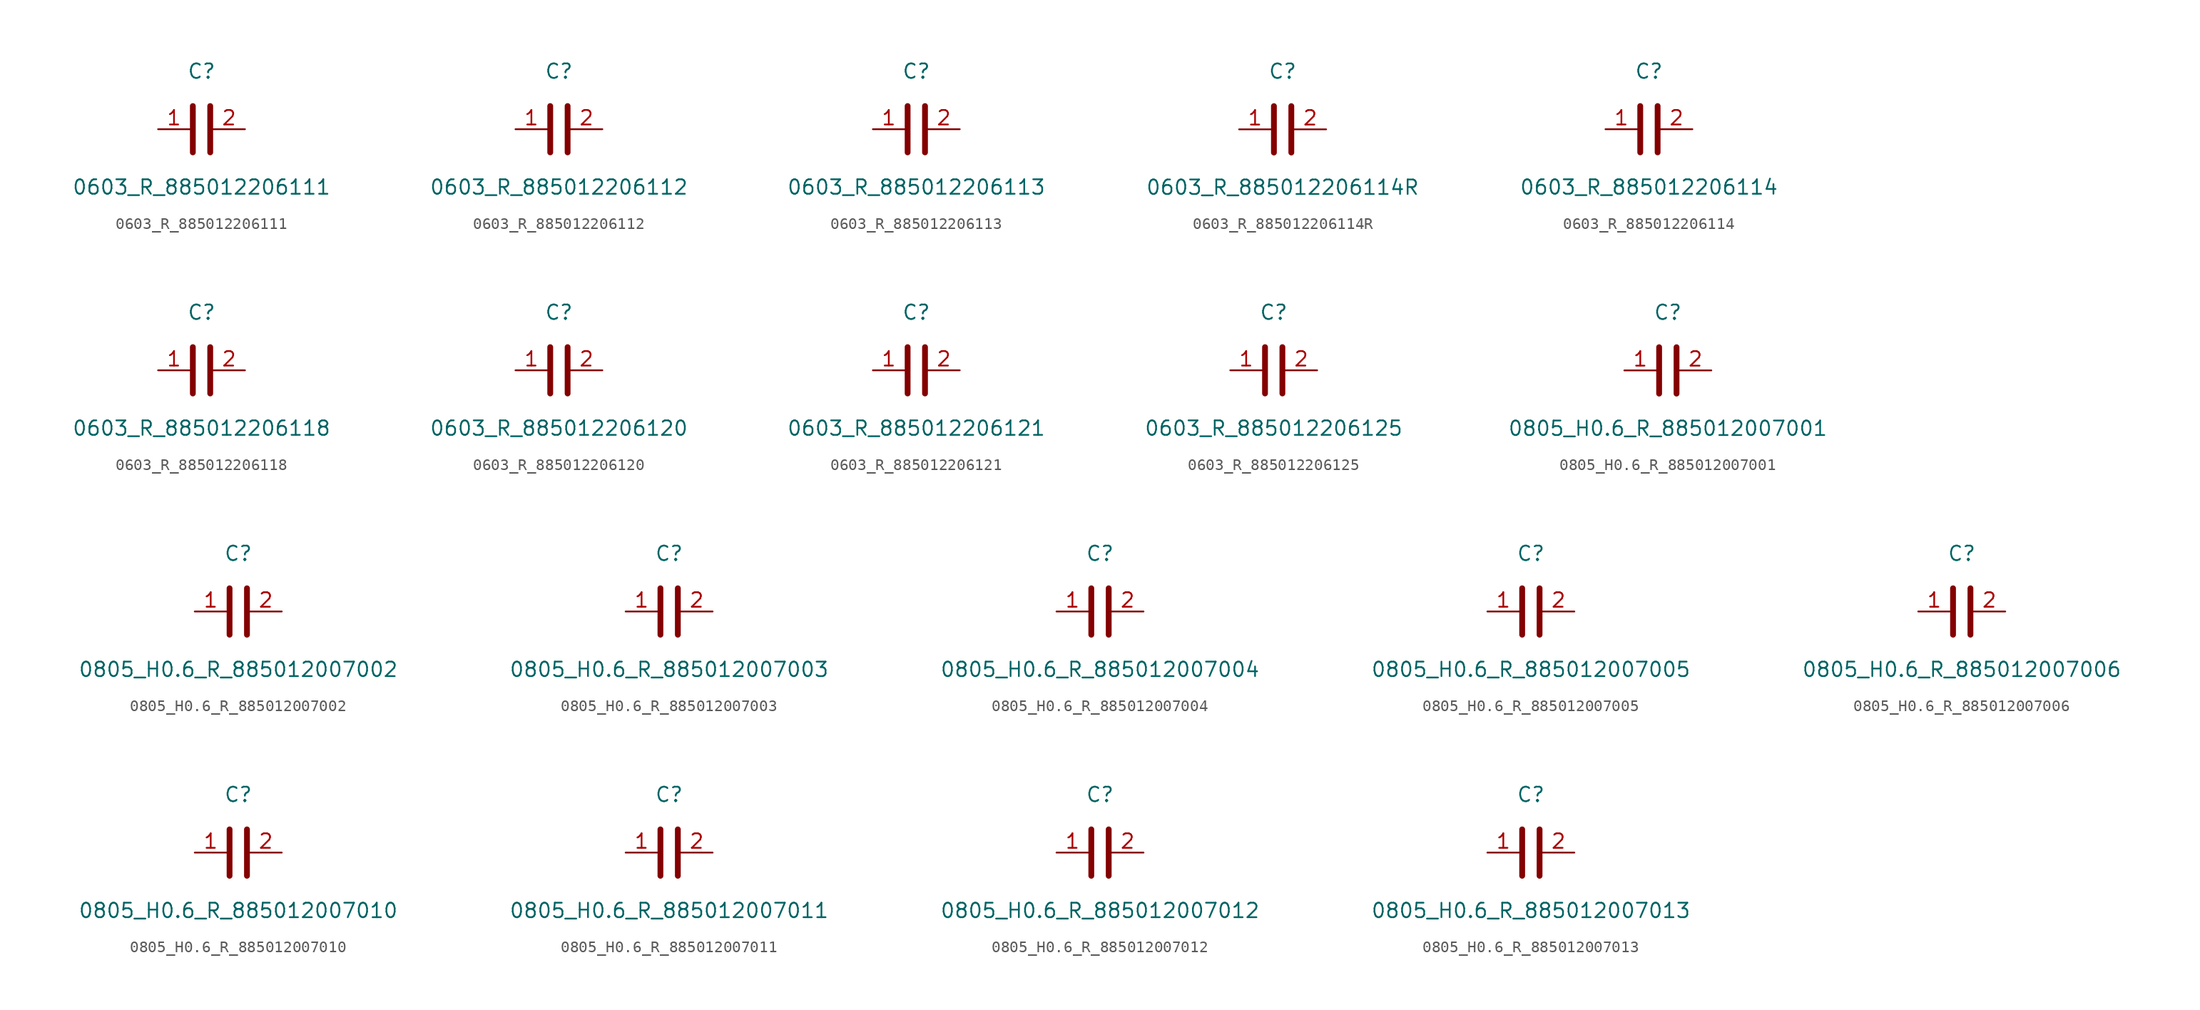
<source format=kicad_sym>
(kicad_symbol_lib
  (version 20220914)
  (generator kicad_symbol_editor)
  (symbol "0603_R_885012206111"
    (pin_names hide)
    (property "Reference" "C"
      (at 0 5.08 0)
      (effects (font (size 1.27 1.27))))
    (property "Value" "0603_R_885012206111"
      (at 0 -5.08 0)
      (effects (font (size 1.27 1.27))))
    (symbol "0603_R_885012206111_0_1"
      (polyline (pts (xy -0.762 -2.032) (xy -0.762 2.032)) (stroke (width 0.508) (type default)) (fill (type none)))
      (polyline (pts (xy 0.762 -2.032) (xy 0.762 2.032)) (stroke (width 0.508) (type default)) (fill (type none))))
    (symbol "0603_R_885012206111_1_1"
      (pin passive line (at -3.81 0 0) (length 2.794) (name "1" (effects (font (size 1.27 1.27)))) (number "1" (effects (font (size 1.27 1.27)))))
      (pin passive line (at 3.81 0 180) (length 2.794) (name "2" (effects (font (size 1.27 1.27)))) (number "2" (effects (font (size 1.27 1.27)))))))
  (symbol "0603_R_885012206112"
    (pin_names hide)
    (property "Reference" "C"
      (at 0 5.08 0)
      (effects (font (size 1.27 1.27))))
    (property "Value" "0603_R_885012206112"
      (at 0 -5.08 0)
      (effects (font (size 1.27 1.27))))
    (symbol "0603_R_885012206112_0_1"
      (polyline (pts (xy -0.762 -2.032) (xy -0.762 2.032)) (stroke (width 0.508) (type default)) (fill (type none)))
      (polyline (pts (xy 0.762 -2.032) (xy 0.762 2.032)) (stroke (width 0.508) (type default)) (fill (type none))))
    (symbol "0603_R_885012206112_1_1"
      (pin passive line (at -3.81 0 0) (length 2.794) (name "1" (effects (font (size 1.27 1.27)))) (number "1" (effects (font (size 1.27 1.27)))))
      (pin passive line (at 3.81 0 180) (length 2.794) (name "2" (effects (font (size 1.27 1.27)))) (number "2" (effects (font (size 1.27 1.27)))))))
  (symbol "0603_R_885012206113"
    (pin_names hide)
    (property "Reference" "C"
      (at 0 5.08 0)
      (effects (font (size 1.27 1.27))))
    (property "Value" "0603_R_885012206113"
      (at 0 -5.08 0)
      (effects (font (size 1.27 1.27))))
    (symbol "0603_R_885012206113_0_1"
      (polyline (pts (xy -0.762 -2.032) (xy -0.762 2.032)) (stroke (width 0.508) (type default)) (fill (type none)))
      (polyline (pts (xy 0.762 -2.032) (xy 0.762 2.032)) (stroke (width 0.508) (type default)) (fill (type none))))
    (symbol "0603_R_885012206113_1_1"
      (pin passive line (at -3.81 0 0) (length 2.794) (name "1" (effects (font (size 1.27 1.27)))) (number "1" (effects (font (size 1.27 1.27)))))
      (pin passive line (at 3.81 0 180) (length 2.794) (name "2" (effects (font (size 1.27 1.27)))) (number "2" (effects (font (size 1.27 1.27)))))))
  (symbol "0603_R_885012206114R"
    (pin_names hide)
    (property "Reference" "C"
      (at 0 5.08 0)
      (effects (font (size 1.27 1.27))))
    (property "Value" "0603_R_885012206114R"
      (at 0 -5.08 0)
      (effects (font (size 1.27 1.27))))
    (symbol "0603_R_885012206114R_0_1"
      (polyline (pts (xy -0.762 -2.032) (xy -0.762 2.032)) (stroke (width 0.508) (type default)) (fill (type none)))
      (polyline (pts (xy 0.762 -2.032) (xy 0.762 2.032)) (stroke (width 0.508) (type default)) (fill (type none))))
    (symbol "0603_R_885012206114R_1_1"
      (pin passive line (at -3.81 0 0) (length 2.794) (name "1" (effects (font (size 1.27 1.27)))) (number "1" (effects (font (size 1.27 1.27)))))
      (pin passive line (at 3.81 0 180) (length 2.794) (name "2" (effects (font (size 1.27 1.27)))) (number "2" (effects (font (size 1.27 1.27)))))))
  (symbol "0603_R_885012206114"
    (pin_names hide)
    (property "Reference" "C"
      (at 0 5.08 0)
      (effects (font (size 1.27 1.27))))
    (property "Value" "0603_R_885012206114"
      (at 0 -5.08 0)
      (effects (font (size 1.27 1.27))))
    (symbol "0603_R_885012206114_0_1"
      (polyline (pts (xy -0.762 -2.032) (xy -0.762 2.032)) (stroke (width 0.508) (type default)) (fill (type none)))
      (polyline (pts (xy 0.762 -2.032) (xy 0.762 2.032)) (stroke (width 0.508) (type default)) (fill (type none))))
    (symbol "0603_R_885012206114_1_1"
      (pin passive line (at -3.81 0 0) (length 2.794) (name "1" (effects (font (size 1.27 1.27)))) (number "1" (effects (font (size 1.27 1.27)))))
      (pin passive line (at 3.81 0 180) (length 2.794) (name "2" (effects (font (size 1.27 1.27)))) (number "2" (effects (font (size 1.27 1.27)))))))
  (symbol "0603_R_885012206118"
    (pin_names hide)
    (property "Reference" "C"
      (at 0 5.08 0)
      (effects (font (size 1.27 1.27))))
    (property "Value" "0603_R_885012206118"
      (at 0 -5.08 0)
      (effects (font (size 1.27 1.27))))
    (symbol "0603_R_885012206118_0_1"
      (polyline (pts (xy -0.762 -2.032) (xy -0.762 2.032)) (stroke (width 0.508) (type default)) (fill (type none)))
      (polyline (pts (xy 0.762 -2.032) (xy 0.762 2.032)) (stroke (width 0.508) (type default)) (fill (type none))))
    (symbol "0603_R_885012206118_1_1"
      (pin passive line (at -3.81 0 0) (length 2.794) (name "1" (effects (font (size 1.27 1.27)))) (number "1" (effects (font (size 1.27 1.27)))))
      (pin passive line (at 3.81 0 180) (length 2.794) (name "2" (effects (font (size 1.27 1.27)))) (number "2" (effects (font (size 1.27 1.27)))))))
  (symbol "0603_R_885012206120"
    (pin_names hide)
    (property "Reference" "C"
      (at 0 5.08 0)
      (effects (font (size 1.27 1.27))))
    (property "Value" "0603_R_885012206120"
      (at 0 -5.08 0)
      (effects (font (size 1.27 1.27))))
    (symbol "0603_R_885012206120_0_1"
      (polyline (pts (xy -0.762 -2.032) (xy -0.762 2.032)) (stroke (width 0.508) (type default)) (fill (type none)))
      (polyline (pts (xy 0.762 -2.032) (xy 0.762 2.032)) (stroke (width 0.508) (type default)) (fill (type none))))
    (symbol "0603_R_885012206120_1_1"
      (pin passive line (at -3.81 0 0) (length 2.794) (name "1" (effects (font (size 1.27 1.27)))) (number "1" (effects (font (size 1.27 1.27)))))
      (pin passive line (at 3.81 0 180) (length 2.794) (name "2" (effects (font (size 1.27 1.27)))) (number "2" (effects (font (size 1.27 1.27)))))))
  (symbol "0603_R_885012206121"
    (pin_names hide)
    (property "Reference" "C"
      (at 0 5.08 0)
      (effects (font (size 1.27 1.27))))
    (property "Value" "0603_R_885012206121"
      (at 0 -5.08 0)
      (effects (font (size 1.27 1.27))))
    (symbol "0603_R_885012206121_0_1"
      (polyline (pts (xy -0.762 -2.032) (xy -0.762 2.032)) (stroke (width 0.508) (type default)) (fill (type none)))
      (polyline (pts (xy 0.762 -2.032) (xy 0.762 2.032)) (stroke (width 0.508) (type default)) (fill (type none))))
    (symbol "0603_R_885012206121_1_1"
      (pin passive line (at -3.81 0 0) (length 2.794) (name "1" (effects (font (size 1.27 1.27)))) (number "1" (effects (font (size 1.27 1.27)))))
      (pin passive line (at 3.81 0 180) (length 2.794) (name "2" (effects (font (size 1.27 1.27)))) (number "2" (effects (font (size 1.27 1.27)))))))
  (symbol "0603_R_885012206125"
    (pin_names hide)
    (property "Reference" "C"
      (at 0 5.08 0)
      (effects (font (size 1.27 1.27))))
    (property "Value" "0603_R_885012206125"
      (at 0 -5.08 0)
      (effects (font (size 1.27 1.27))))
    (symbol "0603_R_885012206125_0_1"
      (polyline (pts (xy -0.762 -2.032) (xy -0.762 2.032)) (stroke (width 0.508) (type default)) (fill (type none)))
      (polyline (pts (xy 0.762 -2.032) (xy 0.762 2.032)) (stroke (width 0.508) (type default)) (fill (type none))))
    (symbol "0603_R_885012206125_1_1"
      (pin passive line (at -3.81 0 0) (length 2.794) (name "1" (effects (font (size 1.27 1.27)))) (number "1" (effects (font (size 1.27 1.27)))))
      (pin passive line (at 3.81 0 180) (length 2.794) (name "2" (effects (font (size 1.27 1.27)))) (number "2" (effects (font (size 1.27 1.27)))))))
  (symbol "0805_H0.6_R_885012007001"
    (pin_names hide)
    (property "Reference" "C"
      (at 0 5.08 0)
      (effects (font (size 1.27 1.27))))
    (property "Value" "0805_H0.6_R_885012007001"
      (at 0 -5.08 0)
      (effects (font (size 1.27 1.27))))
    (symbol "0805_H0.6_R_885012007001_0_1"
      (polyline (pts (xy -0.762 -2.032) (xy -0.762 2.032)) (stroke (width 0.508) (type default)) (fill (type none)))
      (polyline (pts (xy 0.762 -2.032) (xy 0.762 2.032)) (stroke (width 0.508) (type default)) (fill (type none))))
    (symbol "0805_H0.6_R_885012007001_1_1"
      (pin passive line (at -3.81 0 0) (length 2.794) (name "1" (effects (font (size 1.27 1.27)))) (number "1" (effects (font (size 1.27 1.27)))))
      (pin passive line (at 3.81 0 180) (length 2.794) (name "2" (effects (font (size 1.27 1.27)))) (number "2" (effects (font (size 1.27 1.27)))))))
  (symbol "0805_H0.6_R_885012007002"
    (pin_names hide)
    (property "Reference" "C"
      (at 0 5.08 0)
      (effects (font (size 1.27 1.27))))
    (property "Value" "0805_H0.6_R_885012007002"
      (at 0 -5.08 0)
      (effects (font (size 1.27 1.27))))
    (symbol "0805_H0.6_R_885012007002_0_1"
      (polyline (pts (xy -0.762 -2.032) (xy -0.762 2.032)) (stroke (width 0.508) (type default)) (fill (type none)))
      (polyline (pts (xy 0.762 -2.032) (xy 0.762 2.032)) (stroke (width 0.508) (type default)) (fill (type none))))
    (symbol "0805_H0.6_R_885012007002_1_1"
      (pin passive line (at -3.81 0 0) (length 2.794) (name "1" (effects (font (size 1.27 1.27)))) (number "1" (effects (font (size 1.27 1.27)))))
      (pin passive line (at 3.81 0 180) (length 2.794) (name "2" (effects (font (size 1.27 1.27)))) (number "2" (effects (font (size 1.27 1.27)))))))
  (symbol "0805_H0.6_R_885012007003"
    (pin_names hide)
    (property "Reference" "C"
      (at 0 5.08 0)
      (effects (font (size 1.27 1.27))))
    (property "Value" "0805_H0.6_R_885012007003"
      (at 0 -5.08 0)
      (effects (font (size 1.27 1.27))))
    (symbol "0805_H0.6_R_885012007003_0_1"
      (polyline (pts (xy -0.762 -2.032) (xy -0.762 2.032)) (stroke (width 0.508) (type default)) (fill (type none)))
      (polyline (pts (xy 0.762 -2.032) (xy 0.762 2.032)) (stroke (width 0.508) (type default)) (fill (type none))))
    (symbol "0805_H0.6_R_885012007003_1_1"
      (pin passive line (at -3.81 0 0) (length 2.794) (name "1" (effects (font (size 1.27 1.27)))) (number "1" (effects (font (size 1.27 1.27)))))
      (pin passive line (at 3.81 0 180) (length 2.794) (name "2" (effects (font (size 1.27 1.27)))) (number "2" (effects (font (size 1.27 1.27)))))))
  (symbol "0805_H0.6_R_885012007004"
    (pin_names hide)
    (property "Reference" "C"
      (at 0 5.08 0)
      (effects (font (size 1.27 1.27))))
    (property "Value" "0805_H0.6_R_885012007004"
      (at 0 -5.08 0)
      (effects (font (size 1.27 1.27))))
    (symbol "0805_H0.6_R_885012007004_0_1"
      (polyline (pts (xy -0.762 -2.032) (xy -0.762 2.032)) (stroke (width 0.508) (type default)) (fill (type none)))
      (polyline (pts (xy 0.762 -2.032) (xy 0.762 2.032)) (stroke (width 0.508) (type default)) (fill (type none))))
    (symbol "0805_H0.6_R_885012007004_1_1"
      (pin passive line (at -3.81 0 0) (length 2.794) (name "1" (effects (font (size 1.27 1.27)))) (number "1" (effects (font (size 1.27 1.27)))))
      (pin passive line (at 3.81 0 180) (length 2.794) (name "2" (effects (font (size 1.27 1.27)))) (number "2" (effects (font (size 1.27 1.27)))))))
  (symbol "0805_H0.6_R_885012007005"
    (pin_names hide)
    (property "Reference" "C"
      (at 0 5.08 0)
      (effects (font (size 1.27 1.27))))
    (property "Value" "0805_H0.6_R_885012007005"
      (at 0 -5.08 0)
      (effects (font (size 1.27 1.27))))
    (symbol "0805_H0.6_R_885012007005_0_1"
      (polyline (pts (xy -0.762 -2.032) (xy -0.762 2.032)) (stroke (width 0.508) (type default)) (fill (type none)))
      (polyline (pts (xy 0.762 -2.032) (xy 0.762 2.032)) (stroke (width 0.508) (type default)) (fill (type none))))
    (symbol "0805_H0.6_R_885012007005_1_1"
      (pin passive line (at -3.81 0 0) (length 2.794) (name "1" (effects (font (size 1.27 1.27)))) (number "1" (effects (font (size 1.27 1.27)))))
      (pin passive line (at 3.81 0 180) (length 2.794) (name "2" (effects (font (size 1.27 1.27)))) (number "2" (effects (font (size 1.27 1.27)))))))
  (symbol "0805_H0.6_R_885012007006"
    (pin_names hide)
    (property "Reference" "C"
      (at 0 5.08 0)
      (effects (font (size 1.27 1.27))))
    (property "Value" "0805_H0.6_R_885012007006"
      (at 0 -5.08 0)
      (effects (font (size 1.27 1.27))))
    (symbol "0805_H0.6_R_885012007006_0_1"
      (polyline (pts (xy -0.762 -2.032) (xy -0.762 2.032)) (stroke (width 0.508) (type default)) (fill (type none)))
      (polyline (pts (xy 0.762 -2.032) (xy 0.762 2.032)) (stroke (width 0.508) (type default)) (fill (type none))))
    (symbol "0805_H0.6_R_885012007006_1_1"
      (pin passive line (at -3.81 0 0) (length 2.794) (name "1" (effects (font (size 1.27 1.27)))) (number "1" (effects (font (size 1.27 1.27)))))
      (pin passive line (at 3.81 0 180) (length 2.794) (name "2" (effects (font (size 1.27 1.27)))) (number "2" (effects (font (size 1.27 1.27)))))))
  (symbol "0805_H0.6_R_885012007010"
    (pin_names hide)
    (property "Reference" "C"
      (at 0 5.08 0)
      (effects (font (size 1.27 1.27))))
    (property "Value" "0805_H0.6_R_885012007010"
      (at 0 -5.08 0)
      (effects (font (size 1.27 1.27))))
    (symbol "0805_H0.6_R_885012007010_0_1"
      (polyline (pts (xy -0.762 -2.032) (xy -0.762 2.032)) (stroke (width 0.508) (type default)) (fill (type none)))
      (polyline (pts (xy 0.762 -2.032) (xy 0.762 2.032)) (stroke (width 0.508) (type default)) (fill (type none))))
    (symbol "0805_H0.6_R_885012007010_1_1"
      (pin passive line (at -3.81 0 0) (length 2.794) (name "1" (effects (font (size 1.27 1.27)))) (number "1" (effects (font (size 1.27 1.27)))))
      (pin passive line (at 3.81 0 180) (length 2.794) (name "2" (effects (font (size 1.27 1.27)))) (number "2" (effects (font (size 1.27 1.27)))))))
  (symbol "0805_H0.6_R_885012007011"
    (pin_names hide)
    (property "Reference" "C"
      (at 0 5.08 0)
      (effects (font (size 1.27 1.27))))
    (property "Value" "0805_H0.6_R_885012007011"
      (at 0 -5.08 0)
      (effects (font (size 1.27 1.27))))
    (symbol "0805_H0.6_R_885012007011_0_1"
      (polyline (pts (xy -0.762 -2.032) (xy -0.762 2.032)) (stroke (width 0.508) (type default)) (fill (type none)))
      (polyline (pts (xy 0.762 -2.032) (xy 0.762 2.032)) (stroke (width 0.508) (type default)) (fill (type none))))
    (symbol "0805_H0.6_R_885012007011_1_1"
      (pin passive line (at -3.81 0 0) (length 2.794) (name "1" (effects (font (size 1.27 1.27)))) (number "1" (effects (font (size 1.27 1.27)))))
      (pin passive line (at 3.81 0 180) (length 2.794) (name "2" (effects (font (size 1.27 1.27)))) (number "2" (effects (font (size 1.27 1.27)))))))
  (symbol "0805_H0.6_R_885012007012"
    (pin_names hide)
    (property "Reference" "C"
      (at 0 5.08 0)
      (effects (font (size 1.27 1.27))))
    (property "Value" "0805_H0.6_R_885012007012"
      (at 0 -5.08 0)
      (effects (font (size 1.27 1.27))))
    (symbol "0805_H0.6_R_885012007012_0_1"
      (polyline (pts (xy -0.762 -2.032) (xy -0.762 2.032)) (stroke (width 0.508) (type default)) (fill (type none)))
      (polyline (pts (xy 0.762 -2.032) (xy 0.762 2.032)) (stroke (width 0.508) (type default)) (fill (type none))))
    (symbol "0805_H0.6_R_885012007012_1_1"
      (pin passive line (at -3.81 0 0) (length 2.794) (name "1" (effects (font (size 1.27 1.27)))) (number "1" (effects (font (size 1.27 1.27)))))
      (pin passive line (at 3.81 0 180) (length 2.794) (name "2" (effects (font (size 1.27 1.27)))) (number "2" (effects (font (size 1.27 1.27)))))))
  (symbol "0805_H0.6_R_885012007013"
    (pin_names hide)
    (property "Reference" "C"
      (at 0 5.08 0)
      (effects (font (size 1.27 1.27))))
    (property "Value" "0805_H0.6_R_885012007013"
      (at 0 -5.08 0)
      (effects (font (size 1.27 1.27))))
    (symbol "0805_H0.6_R_885012007013_0_1"
      (polyline (pts (xy -0.762 -2.032) (xy -0.762 2.032)) (stroke (width 0.508) (type default)) (fill (type none)))
      (polyline (pts (xy 0.762 -2.032) (xy 0.762 2.032)) (stroke (width 0.508) (type default)) (fill (type none))))
    (symbol "0805_H0.6_R_885012007013_1_1"
      (pin passive line (at -3.81 0 0) (length 2.794) (name "1" (effects (font (size 1.27 1.27)))) (number "1" (effects (font (size 1.27 1.27)))))
      (pin passive line (at 3.81 0 180) (length 2.794) (name "2" (effects (font (size 1.27 1.27)))) (number "2" (effects (font (size 1.27 1.27))))))))
</source>
